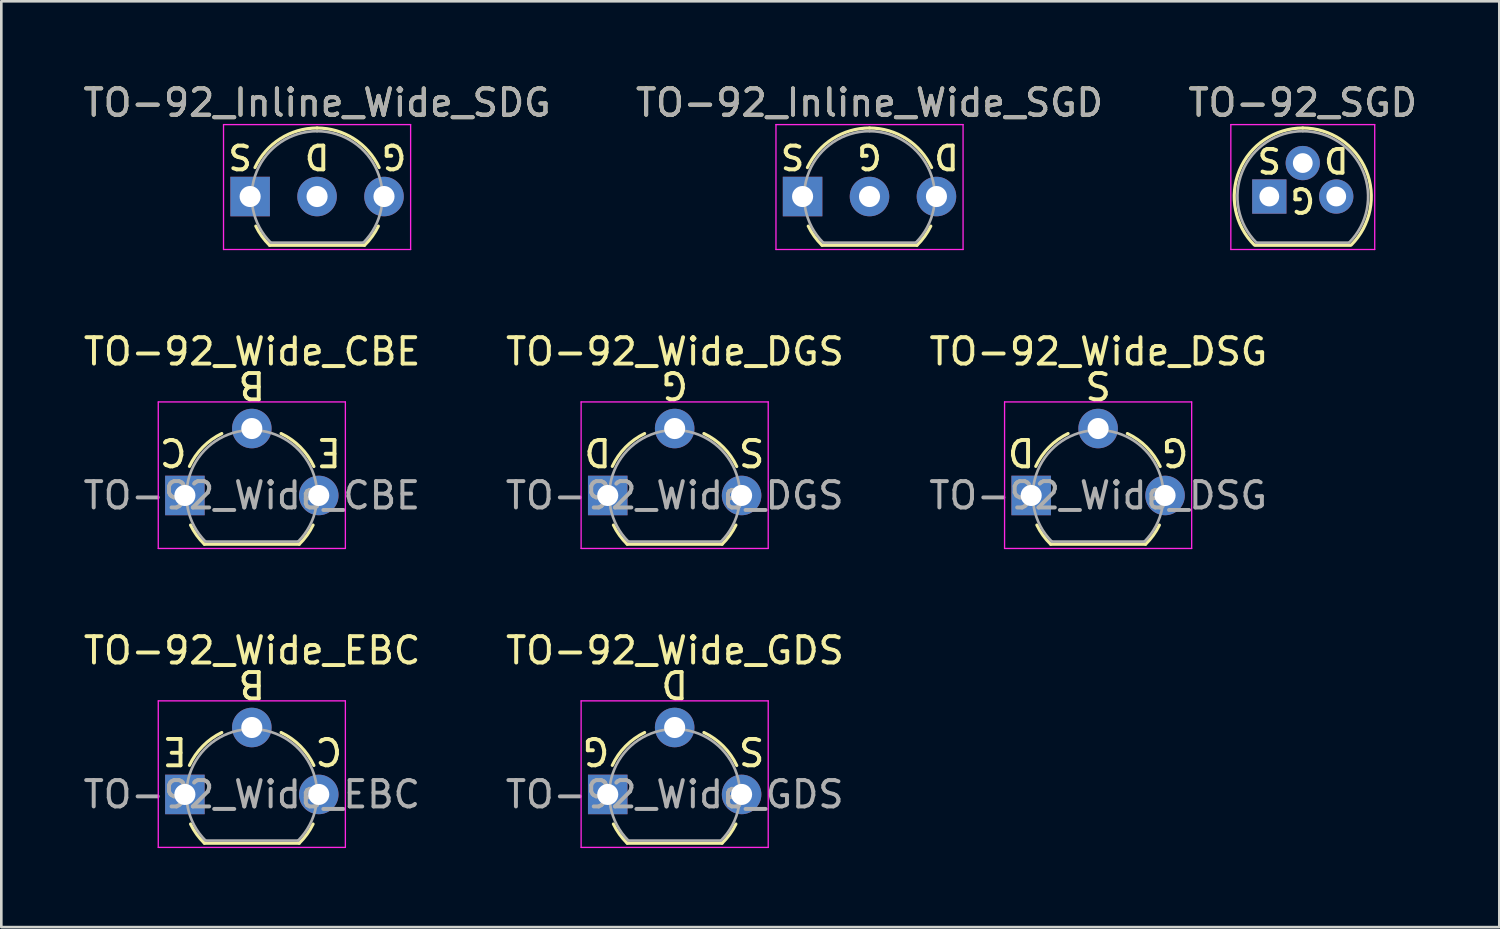
<source format=kicad_pcb>
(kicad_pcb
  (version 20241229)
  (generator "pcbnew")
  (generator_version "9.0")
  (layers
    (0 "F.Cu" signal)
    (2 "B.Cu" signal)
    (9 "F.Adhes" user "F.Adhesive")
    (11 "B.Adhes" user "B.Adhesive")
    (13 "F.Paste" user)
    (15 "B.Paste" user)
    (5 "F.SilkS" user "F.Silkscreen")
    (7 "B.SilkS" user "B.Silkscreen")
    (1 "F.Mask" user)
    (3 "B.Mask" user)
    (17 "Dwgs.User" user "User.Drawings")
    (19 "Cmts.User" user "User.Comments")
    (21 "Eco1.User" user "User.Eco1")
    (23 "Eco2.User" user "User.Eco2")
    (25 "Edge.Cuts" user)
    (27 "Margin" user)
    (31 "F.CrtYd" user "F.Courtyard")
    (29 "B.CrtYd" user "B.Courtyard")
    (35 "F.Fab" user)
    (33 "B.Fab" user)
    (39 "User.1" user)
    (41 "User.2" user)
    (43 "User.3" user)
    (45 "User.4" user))
  (footprint "TO-92_Wide_EBC"
    (layer "F.Cu")
    (at 3.966 27.097)
    (property "Reference" "TO-92_Wide_EBC" (at 2.55 -5.461 0) (layer "F.SilkS") (effects (font (size 1 1) (thickness 0.15))))
    (fp_line (start 0.74 1.85) (end 4.34 1.85) (stroke (width 0.12) (type solid)) (layer "F.SilkS"))
    (fp_arc (start 0.172801 -1.103842) (mid 0.678995 -1.832692) (end 1.4 -2.35) (stroke (width 0.12) (type solid)) (layer "F.SilkS"))
    (fp_arc (start 0.74 1.85) (mid 0.446097 1.509328) (end 0.215816 1.122795) (stroke (width 0.12) (type solid)) (layer "F.SilkS"))
    (fp_arc (start 3.65 -2.35) (mid 4.382279 -1.833196) (end 4.895458 -1.098371) (stroke (width 0.12) (type solid)) (layer "F.SilkS"))
    (fp_arc (start 4.864184 1.122795) (mid 4.633903 1.509328) (end 4.34 1.85) (stroke (width 0.12) (type solid)) (layer "F.SilkS"))
    (fp_line (start -1.01 -3.55) (end -1.01 2.01) (stroke (width 0.05) (type solid)) (layer "F.CrtYd"))
    (fp_line (start -1.01 -3.55) (end 6.09 -3.55) (stroke (width 0.05) (type solid)) (layer "F.CrtYd"))
    (fp_line (start 6.09 2.01) (end -1.01 2.01) (stroke (width 0.05) (type solid)) (layer "F.CrtYd"))
    (fp_line (start 6.09 2.01) (end 6.09 -3.55) (stroke (width 0.05) (type solid)) (layer "F.CrtYd"))
    (fp_line (start 0.8 1.75) (end 4.3 1.75) (stroke (width 0.1) (type solid)) (layer "F.Fab"))
    (fp_arc (start 0.786375 1.753625) (mid 0.248779 -0.949055) (end 2.54 -2.48) (stroke (width 0.1) (type solid)) (layer "F.Fab"))
    (fp_arc (start 2.54 -2.48) (mid 4.831221 -0.949055) (end 4.293625 1.753625) (stroke (width 0.1) (type solid)) (layer "F.Fab"))
    (fp_text user "C" (at 5.461 -1.651 180) (unlocked yes) (layer "F.SilkS") (effects (font (size 1 1) (thickness 0.15))))
    (fp_text user "E" (at -0.381 -1.651 180) (unlocked yes) (layer "F.SilkS") (effects (font (size 1 1) (thickness 0.15))))
    (fp_text user "B" (at 2.54 -4.191 180) (unlocked yes) (layer "F.SilkS") (effects (font (size 1 1) (thickness 0.15))))
    (fp_text user "${REFERENCE}" (at 2.54 0 0) (layer "F.Fab") (effects (font (size 1 1) (thickness 0.15))))
    (pad "1" thru_hole rect (at 0 0 90) (size 1.5 1.5) (drill 0.8) (layers "*.Cu" "*.Mask"))
    (pad "2" thru_hole circle (at 2.54 -2.54 90) (size 1.5 1.5) (drill 0.8) (layers "*.Cu" "*.Mask"))
    (pad "3" thru_hole circle (at 5.08 0 90) (size 1.5 1.5) (drill 0.8) (layers "*.Cu" "*.Mask")))
  (footprint "TO-92_Wide_CBE"
    (layer "F.Cu")
    (at 3.966 15.752)
    (property "Reference" "TO-92_Wide_CBE" (at 2.55 -5.461 0) (layer "F.SilkS") (effects (font (size 1 1) (thickness 0.15))))
    (fp_line (start 0.74 1.85) (end 4.34 1.85) (stroke (width 0.12) (type solid)) (layer "F.SilkS"))
    (fp_arc (start 0.172801 -1.103842) (mid 0.678995 -1.832692) (end 1.4 -2.35) (stroke (width 0.12) (type solid)) (layer "F.SilkS"))
    (fp_arc (start 0.74 1.85) (mid 0.446097 1.509328) (end 0.215816 1.122795) (stroke (width 0.12) (type solid)) (layer "F.SilkS"))
    (fp_arc (start 3.65 -2.35) (mid 4.382279 -1.833196) (end 4.895458 -1.098371) (stroke (width 0.12) (type solid)) (layer "F.SilkS"))
    (fp_arc (start 4.864184 1.122795) (mid 4.633903 1.509328) (end 4.34 1.85) (stroke (width 0.12) (type solid)) (layer "F.SilkS"))
    (fp_line (start -1.01 -3.55) (end -1.01 2.01) (stroke (width 0.05) (type solid)) (layer "F.CrtYd"))
    (fp_line (start -1.01 -3.55) (end 6.09 -3.55) (stroke (width 0.05) (type solid)) (layer "F.CrtYd"))
    (fp_line (start 6.09 2.01) (end -1.01 2.01) (stroke (width 0.05) (type solid)) (layer "F.CrtYd"))
    (fp_line (start 6.09 2.01) (end 6.09 -3.55) (stroke (width 0.05) (type solid)) (layer "F.CrtYd"))
    (fp_line (start 0.8 1.75) (end 4.3 1.75) (stroke (width 0.1) (type solid)) (layer "F.Fab"))
    (fp_arc (start 0.786375 1.753625) (mid 0.248779 -0.949055) (end 2.54 -2.48) (stroke (width 0.1) (type solid)) (layer "F.Fab"))
    (fp_arc (start 2.54 -2.48) (mid 4.831221 -0.949055) (end 4.293625 1.753625) (stroke (width 0.1) (type solid)) (layer "F.Fab"))
    (fp_text user "E" (at 5.461 -1.651 180) (unlocked yes) (layer "F.SilkS") (effects (font (size 1 1) (thickness 0.15))))
    (fp_text user "B" (at 2.54 -4.191 180) (unlocked yes) (layer "F.SilkS") (effects (font (size 1 1) (thickness 0.15))))
    (fp_text user "C" (at -0.445 -1.651 180) (unlocked yes) (layer "F.SilkS") (effects (font (size 1 1) (thickness 0.15))))
    (fp_text user "${REFERENCE}" (at 2.54 0 0) (layer "F.Fab") (effects (font (size 1 1) (thickness 0.15))))
    (pad "1" thru_hole rect (at 0 0 90) (size 1.5 1.5) (drill 0.8) (layers "*.Cu" "*.Mask"))
    (pad "2" thru_hole circle (at 2.54 -2.54 90) (size 1.5 1.5) (drill 0.8) (layers "*.Cu" "*.Mask"))
    (pad "3" thru_hole circle (at 5.08 0 90) (size 1.5 1.5) (drill 0.8) (layers "*.Cu" "*.Mask")))
  (footprint "TO-92_Wide_GDS"
    (layer "F.Cu")
    (at 20.012 27.097)
    (property "Reference" "TO-92_Wide_GDS" (at 2.55 -5.461 0) (layer "F.SilkS") (effects (font (size 1 1) (thickness 0.15))))
    (fp_line (start 0.74 1.85) (end 4.34 1.85) (stroke (width 0.12) (type solid)) (layer "F.SilkS"))
    (fp_arc (start 0.172801 -1.103842) (mid 0.678995 -1.832692) (end 1.4 -2.35) (stroke (width 0.12) (type solid)) (layer "F.SilkS"))
    (fp_arc (start 0.74 1.85) (mid 0.446097 1.509328) (end 0.215816 1.122795) (stroke (width 0.12) (type solid)) (layer "F.SilkS"))
    (fp_arc (start 3.65 -2.35) (mid 4.382279 -1.833196) (end 4.895458 -1.098371) (stroke (width 0.12) (type solid)) (layer "F.SilkS"))
    (fp_arc (start 4.864184 1.122795) (mid 4.633903 1.509328) (end 4.34 1.85) (stroke (width 0.12) (type solid)) (layer "F.SilkS"))
    (fp_line (start -1.01 -3.55) (end -1.01 2.01) (stroke (width 0.05) (type solid)) (layer "F.CrtYd"))
    (fp_line (start -1.01 -3.55) (end 6.09 -3.55) (stroke (width 0.05) (type solid)) (layer "F.CrtYd"))
    (fp_line (start 6.09 2.01) (end -1.01 2.01) (stroke (width 0.05) (type solid)) (layer "F.CrtYd"))
    (fp_line (start 6.09 2.01) (end 6.09 -3.55) (stroke (width 0.05) (type solid)) (layer "F.CrtYd"))
    (fp_line (start 0.8 1.75) (end 4.3 1.75) (stroke (width 0.1) (type solid)) (layer "F.Fab"))
    (fp_arc (start 0.786375 1.753625) (mid 0.248779 -0.949055) (end 2.54 -2.48) (stroke (width 0.1) (type solid)) (layer "F.Fab"))
    (fp_arc (start 2.54 -2.48) (mid 4.831221 -0.949055) (end 4.293625 1.753625) (stroke (width 0.1) (type solid)) (layer "F.Fab"))
    (fp_text user "D" (at 2.54 -4.191 180) (unlocked yes) (layer "F.SilkS") (effects (font (size 1 1) (thickness 0.15))))
    (fp_text user "S" (at 5.461 -1.651 180) (unlocked yes) (layer "F.SilkS") (effects (font (size 1 1) (thickness 0.15))))
    (fp_text user "G" (at -0.445 -1.651 180) (unlocked yes) (layer "F.SilkS") (effects (font (size 1 1) (thickness 0.15))))
    (fp_text user "${REFERENCE}" (at 2.54 0 0) (layer "F.Fab") (effects (font (size 1 1) (thickness 0.15))))
    (pad "1" thru_hole rect (at 0 0 90) (size 1.5 1.5) (drill 0.8) (layers "*.Cu" "*.Mask"))
    (pad "2" thru_hole circle (at 2.54 -2.54 90) (size 1.5 1.5) (drill 0.8) (layers "*.Cu" "*.Mask"))
    (pad "3" thru_hole circle (at 5.08 0 90) (size 1.5 1.5) (drill 0.8) (layers "*.Cu" "*.Mask")))
  (footprint "TO-92_Inline_Wide_SGD"
    (layer "F.Cu")
    (at 27.406 4.408)
    (property "Reference" "TO-92_Inline_Wide_SGD" (at 2.54 -3.56 0) (layer "F.SilkS") (effects (font (size 1 1) (thickness 0.15))))
    (fp_line (start 0.74 1.85) (end 4.34 1.85) (stroke (width 0.12) (type solid)) (layer "F.SilkS"))
    (fp_arc (start 0.1836 -1.098807) (mid 1.143021 -2.192817) (end 2.54 -2.6) (stroke (width 0.12) (type solid)) (layer "F.SilkS"))
    (fp_arc (start 0.74 1.85) (mid 0.446097 1.509328) (end 0.215816 1.122795) (stroke (width 0.12) (type solid)) (layer "F.SilkS"))
    (fp_arc (start 2.54 -2.6) (mid 3.936979 -2.192818) (end 4.8964 -1.098807) (stroke (width 0.12) (type solid)) (layer "F.SilkS"))
    (fp_arc (start 4.864184 1.122795) (mid 4.633903 1.509328) (end 4.34 1.85) (stroke (width 0.12) (type solid)) (layer "F.SilkS"))
    (fp_line (start -1.01 -2.73) (end -1.01 2.01) (stroke (width 0.05) (type solid)) (layer "F.CrtYd"))
    (fp_line (start -1.01 -2.73) (end 6.09 -2.73) (stroke (width 0.05) (type solid)) (layer "F.CrtYd"))
    (fp_line (start 6.09 2.01) (end -1.01 2.01) (stroke (width 0.05) (type solid)) (layer "F.CrtYd"))
    (fp_line (start 6.09 2.01) (end 6.09 -2.73) (stroke (width 0.05) (type solid)) (layer "F.CrtYd"))
    (fp_line (start 0.8 1.75) (end 4.3 1.75) (stroke (width 0.1) (type solid)) (layer "F.Fab"))
    (fp_arc (start 0.786375 1.753625) (mid 0.248779 -0.949055) (end 2.54 -2.48) (stroke (width 0.1) (type solid)) (layer "F.Fab"))
    (fp_arc (start 2.54 -2.48) (mid 4.831221 -0.949055) (end 4.293625 1.753625) (stroke (width 0.1) (type solid)) (layer "F.Fab"))
    (fp_text user "D" (at 5.461 -1.524 180) (unlocked yes) (layer "F.SilkS") (effects (font (size 0.9 0.9) (thickness 0.15))))
    (fp_text user "S" (at -0.381 -1.524 180) (unlocked yes) (layer "F.SilkS") (effects (font (size 0.9 0.9) (thickness 0.15))))
    (fp_text user "G" (at 2.54 -1.524 180) (unlocked yes) (layer "F.SilkS") (effects (font (size 0.9 0.9) (thickness 0.15))))
    (fp_text user "${REFERENCE}" (at 2.54 -3.56 0) (layer "F.Fab") (effects (font (size 1 1) (thickness 0.15))))
    (pad "1" thru_hole rect (at 0 0 90) (size 1.5 1.5) (drill 0.8) (layers "*.Cu" "*.Mask"))
    (pad "2" thru_hole circle (at 2.54 0 90) (size 1.5 1.5) (drill 0.8) (layers "*.Cu" "*.Mask"))
    (pad "3" thru_hole circle (at 5.08 0 90) (size 1.5 1.5) (drill 0.8) (layers "*.Cu" "*.Mask")))
  (footprint "TO-92_Wide_DSG"
    (layer "F.Cu")
    (at 36.081 15.752)
    (property "Reference" "TO-92_Wide_DSG" (at 2.55 -5.461 0) (layer "F.SilkS") (effects (font (size 1 1) (thickness 0.15))))
    (fp_line (start 0.74 1.85) (end 4.34 1.85) (stroke (width 0.12) (type solid)) (layer "F.SilkS"))
    (fp_arc (start 0.172801 -1.103842) (mid 0.678995 -1.832692) (end 1.4 -2.35) (stroke (width 0.12) (type solid)) (layer "F.SilkS"))
    (fp_arc (start 0.74 1.85) (mid 0.446097 1.509328) (end 0.215816 1.122795) (stroke (width 0.12) (type solid)) (layer "F.SilkS"))
    (fp_arc (start 3.65 -2.35) (mid 4.382279 -1.833196) (end 4.895458 -1.098371) (stroke (width 0.12) (type solid)) (layer "F.SilkS"))
    (fp_arc (start 4.864184 1.122795) (mid 4.633903 1.509328) (end 4.34 1.85) (stroke (width 0.12) (type solid)) (layer "F.SilkS"))
    (fp_line (start -1.01 -3.55) (end -1.01 2.01) (stroke (width 0.05) (type solid)) (layer "F.CrtYd"))
    (fp_line (start -1.01 -3.55) (end 6.09 -3.55) (stroke (width 0.05) (type solid)) (layer "F.CrtYd"))
    (fp_line (start 6.09 2.01) (end -1.01 2.01) (stroke (width 0.05) (type solid)) (layer "F.CrtYd"))
    (fp_line (start 6.09 2.01) (end 6.09 -3.55) (stroke (width 0.05) (type solid)) (layer "F.CrtYd"))
    (fp_line (start 0.8 1.75) (end 4.3 1.75) (stroke (width 0.1) (type solid)) (layer "F.Fab"))
    (fp_arc (start 0.786375 1.753625) (mid 0.248779 -0.949055) (end 2.54 -2.48) (stroke (width 0.1) (type solid)) (layer "F.Fab"))
    (fp_arc (start 2.54 -2.48) (mid 4.831221 -0.949055) (end 4.293625 1.753625) (stroke (width 0.1) (type solid)) (layer "F.Fab"))
    (fp_text user "D" (at -0.381 -1.651 180) (unlocked yes) (layer "F.SilkS") (effects (font (size 1 1) (thickness 0.15))))
    (fp_text user "G" (at 5.461 -1.651 180) (unlocked yes) (layer "F.SilkS") (effects (font (size 1 1) (thickness 0.15))))
    (fp_text user "S" (at 2.54 -4.191 180) (unlocked yes) (layer "F.SilkS") (effects (font (size 1 1) (thickness 0.15))))
    (fp_text user "${REFERENCE}" (at 2.54 0 0) (layer "F.Fab") (effects (font (size 1 1) (thickness 0.15))))
    (pad "1" thru_hole rect (at 0 0 90) (size 1.5 1.5) (drill 0.8) (layers "*.Cu" "*.Mask"))
    (pad "2" thru_hole circle (at 2.54 -2.54 90) (size 1.5 1.5) (drill 0.8) (layers "*.Cu" "*.Mask"))
    (pad "3" thru_hole circle (at 5.08 0 90) (size 1.5 1.5) (drill 0.8) (layers "*.Cu" "*.Mask")))
  (footprint "TO-92_Inline_Wide_SDG"
    (layer "F.Cu")
    (at 6.442 4.408)
    (property "Reference" "TO-92_Inline_Wide_SDG" (at 2.54 -3.56 0) (layer "F.SilkS") (effects (font (size 1 1) (thickness 0.15))))
    (fp_line (start 0.74 1.85) (end 4.34 1.85) (stroke (width 0.12) (type solid)) (layer "F.SilkS"))
    (fp_arc (start 0.1836 -1.098807) (mid 1.143021 -2.192817) (end 2.54 -2.6) (stroke (width 0.12) (type solid)) (layer "F.SilkS"))
    (fp_arc (start 0.74 1.85) (mid 0.446097 1.509328) (end 0.215816 1.122795) (stroke (width 0.12) (type solid)) (layer "F.SilkS"))
    (fp_arc (start 2.54 -2.6) (mid 3.936979 -2.192818) (end 4.8964 -1.098807) (stroke (width 0.12) (type solid)) (layer "F.SilkS"))
    (fp_arc (start 4.864184 1.122795) (mid 4.633903 1.509328) (end 4.34 1.85) (stroke (width 0.12) (type solid)) (layer "F.SilkS"))
    (fp_line (start -1.01 -2.73) (end -1.01 2.01) (stroke (width 0.05) (type solid)) (layer "F.CrtYd"))
    (fp_line (start -1.01 -2.73) (end 6.09 -2.73) (stroke (width 0.05) (type solid)) (layer "F.CrtYd"))
    (fp_line (start 6.09 2.01) (end -1.01 2.01) (stroke (width 0.05) (type solid)) (layer "F.CrtYd"))
    (fp_line (start 6.09 2.01) (end 6.09 -2.73) (stroke (width 0.05) (type solid)) (layer "F.CrtYd"))
    (fp_line (start 0.8 1.75) (end 4.3 1.75) (stroke (width 0.1) (type solid)) (layer "F.Fab"))
    (fp_arc (start 0.786375 1.753625) (mid 0.248779 -0.949055) (end 2.54 -2.48) (stroke (width 0.1) (type solid)) (layer "F.Fab"))
    (fp_arc (start 2.54 -2.48) (mid 4.831221 -0.949055) (end 4.293625 1.753625) (stroke (width 0.1) (type solid)) (layer "F.Fab"))
    (fp_text user "G" (at 5.461 -1.524 180) (unlocked yes) (layer "F.SilkS") (effects (font (size 0.9 0.9) (thickness 0.15))))
    (fp_text user "D" (at 2.54 -1.524 180) (unlocked yes) (layer "F.SilkS") (effects (font (size 0.9 0.9) (thickness 0.15))))
    (fp_text user "S" (at -0.381 -1.524 180) (unlocked yes) (layer "F.SilkS") (effects (font (size 0.9 0.9) (thickness 0.15))))
    (fp_text user "${REFERENCE}" (at 2.54 -3.56 0) (layer "F.Fab") (effects (font (size 1 1) (thickness 0.15))))
    (pad "1" thru_hole rect (at 0 0 90) (size 1.5 1.5) (drill 0.8) (layers "*.Cu" "*.Mask"))
    (pad "2" thru_hole circle (at 2.54 0 90) (size 1.5 1.5) (drill 0.8) (layers "*.Cu" "*.Mask"))
    (pad "3" thru_hole circle (at 5.08 0 90) (size 1.5 1.5) (drill 0.8) (layers "*.Cu" "*.Mask")))
  (footprint "TO-92_SGD"
    (layer "F.Cu")
    (at 45.117 4.408)
    (property "Reference" "TO-92_SGD" (at 1.27 -3.56 0) (layer "F.SilkS") (effects (font (size 1 1) (thickness 0.15))))
    (fp_line (start -0.53 1.85) (end 3.07 1.85) (stroke (width 0.12) (type solid)) (layer "F.SilkS"))
    (fp_arc (start -0.568478 1.838478) (mid -1.132087 -0.994977) (end 1.27 -2.6) (stroke (width 0.12) (type solid)) (layer "F.SilkS"))
    (fp_arc (start 1.27 -2.6) (mid 3.672087 -0.994977) (end 3.108478 1.838478) (stroke (width 0.12) (type solid)) (layer "F.SilkS"))
    (fp_line (start -1.46 -2.73) (end -1.46 2.01) (stroke (width 0.05) (type solid)) (layer "F.CrtYd"))
    (fp_line (start -1.46 -2.73) (end 4 -2.73) (stroke (width 0.05) (type solid)) (layer "F.CrtYd"))
    (fp_line (start 4 2.01) (end -1.46 2.01) (stroke (width 0.05) (type solid)) (layer "F.CrtYd"))
    (fp_line (start 4 2.01) (end 4 -2.73) (stroke (width 0.05) (type solid)) (layer "F.CrtYd"))
    (fp_line (start -0.5 1.75) (end 3 1.75) (stroke (width 0.1) (type solid)) (layer "F.Fab"))
    (fp_arc (start -0.483625 1.753625) (mid -1.021221 -0.949055) (end 1.27 -2.48) (stroke (width 0.1) (type solid)) (layer "F.Fab"))
    (fp_arc (start 1.27 -2.48) (mid 3.561221 -0.949055) (end 3.023625 1.753625) (stroke (width 0.1) (type solid)) (layer "F.Fab"))
    (fp_text user "S" (at 0 -1.397 180) (unlocked yes) (layer "F.SilkS") (effects (font (size 0.9 0.9) (thickness 0.15))))
    (fp_text user "D" (at 2.54 -1.397 180) (unlocked yes) (layer "F.SilkS") (effects (font (size 0.9 0.9) (thickness 0.15))))
    (fp_text user "G" (at 1.27 0.127 180) (unlocked yes) (layer "F.SilkS") (effects (font (size 0.9 0.9) (thickness 0.15))))
    (fp_text user "${REFERENCE}" (at 1.27 -3.56 0) (layer "F.Fab") (effects (font (size 1 1) (thickness 0.15))))
    (pad "1" thru_hole rect (at 0 0 90) (size 1.3 1.3) (drill 0.75) (layers "*.Cu" "*.Mask"))
    (pad "2" thru_hole circle (at 1.27 -1.27 90) (size 1.3 1.3) (drill 0.75) (layers "*.Cu" "*.Mask"))
    (pad "3" thru_hole circle (at 2.54 0 90) (size 1.3 1.3) (drill 0.75) (layers "*.Cu" "*.Mask")))
  (footprint "TO-92_Wide_DGS"
    (layer "F.Cu")
    (at 20.012 15.752)
    (property "Reference" "TO-92_Wide_DGS" (at 2.55 -5.461 0) (layer "F.SilkS") (effects (font (size 1 1) (thickness 0.15))))
    (fp_line (start 0.74 1.85) (end 4.34 1.85) (stroke (width 0.12) (type solid)) (layer "F.SilkS"))
    (fp_arc (start 0.172801 -1.103842) (mid 0.678995 -1.832692) (end 1.4 -2.35) (stroke (width 0.12) (type solid)) (layer "F.SilkS"))
    (fp_arc (start 0.74 1.85) (mid 0.446097 1.509328) (end 0.215816 1.122795) (stroke (width 0.12) (type solid)) (layer "F.SilkS"))
    (fp_arc (start 3.65 -2.35) (mid 4.382279 -1.833196) (end 4.895458 -1.098371) (stroke (width 0.12) (type solid)) (layer "F.SilkS"))
    (fp_arc (start 4.864184 1.122795) (mid 4.633903 1.509328) (end 4.34 1.85) (stroke (width 0.12) (type solid)) (layer "F.SilkS"))
    (fp_line (start -1.01 -3.55) (end -1.01 2.01) (stroke (width 0.05) (type solid)) (layer "F.CrtYd"))
    (fp_line (start -1.01 -3.55) (end 6.09 -3.55) (stroke (width 0.05) (type solid)) (layer "F.CrtYd"))
    (fp_line (start 6.09 2.01) (end -1.01 2.01) (stroke (width 0.05) (type solid)) (layer "F.CrtYd"))
    (fp_line (start 6.09 2.01) (end 6.09 -3.55) (stroke (width 0.05) (type solid)) (layer "F.CrtYd"))
    (fp_line (start 0.8 1.75) (end 4.3 1.75) (stroke (width 0.1) (type solid)) (layer "F.Fab"))
    (fp_arc (start 0.786375 1.753625) (mid 0.248779 -0.949055) (end 2.54 -2.48) (stroke (width 0.1) (type solid)) (layer "F.Fab"))
    (fp_arc (start 2.54 -2.48) (mid 4.831221 -0.949055) (end 4.293625 1.753625) (stroke (width 0.1) (type solid)) (layer "F.Fab"))
    (fp_text user "D" (at -0.381 -1.651 180) (unlocked yes) (layer "F.SilkS") (effects (font (size 1 1) (thickness 0.15))))
    (fp_text user "S" (at 5.461 -1.651 180) (unlocked yes) (layer "F.SilkS") (effects (font (size 1 1) (thickness 0.15))))
    (fp_text user "G" (at 2.54 -4.191 180) (unlocked yes) (layer "F.SilkS") (effects (font (size 1 1) (thickness 0.15))))
    (fp_text user "${REFERENCE}" (at 2.54 0 0) (layer "F.Fab") (effects (font (size 1 1) (thickness 0.15))))
    (pad "1" thru_hole rect (at 0 0 90) (size 1.5 1.5) (drill 0.8) (layers "*.Cu" "*.Mask"))
    (pad "2" thru_hole circle (at 2.54 -2.54 90) (size 1.5 1.5) (drill 0.8) (layers "*.Cu" "*.Mask"))
    (pad "3" thru_hole circle (at 5.08 0 90) (size 1.5 1.5) (drill 0.8) (layers "*.Cu" "*.Mask")))
  (gr_rect
    (start -3 -3)
    (end 53.845 32.132)
    (stroke (width 0.1) (type default))
    (fill no)
    (layer "Edge.Cuts")))
</source>
